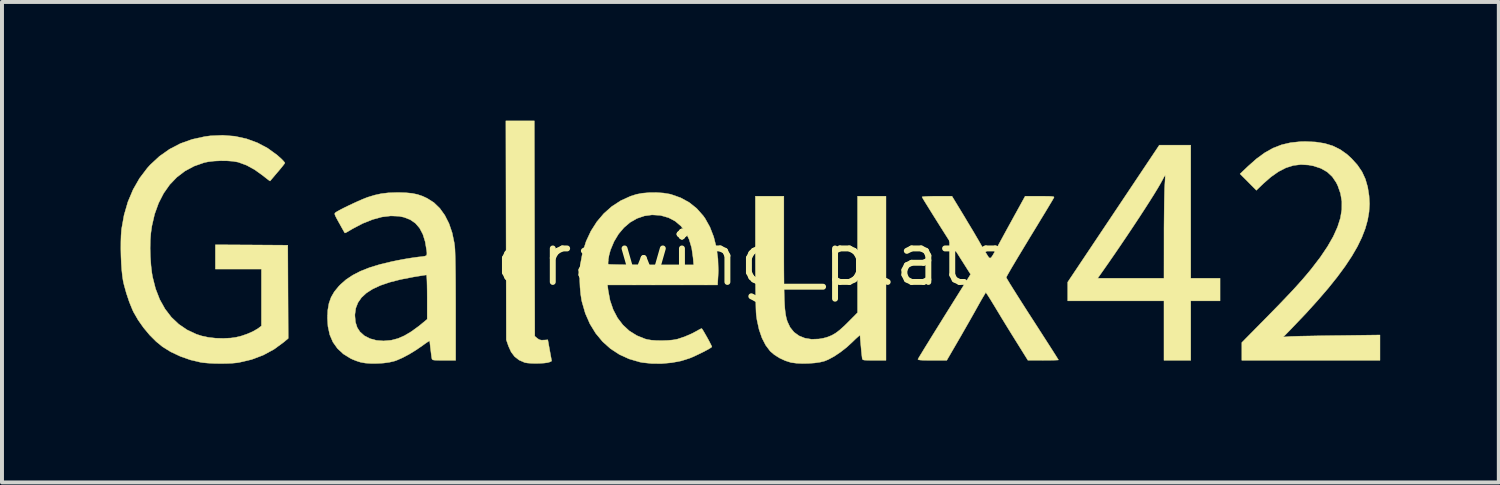
<source format=kicad_pcb>
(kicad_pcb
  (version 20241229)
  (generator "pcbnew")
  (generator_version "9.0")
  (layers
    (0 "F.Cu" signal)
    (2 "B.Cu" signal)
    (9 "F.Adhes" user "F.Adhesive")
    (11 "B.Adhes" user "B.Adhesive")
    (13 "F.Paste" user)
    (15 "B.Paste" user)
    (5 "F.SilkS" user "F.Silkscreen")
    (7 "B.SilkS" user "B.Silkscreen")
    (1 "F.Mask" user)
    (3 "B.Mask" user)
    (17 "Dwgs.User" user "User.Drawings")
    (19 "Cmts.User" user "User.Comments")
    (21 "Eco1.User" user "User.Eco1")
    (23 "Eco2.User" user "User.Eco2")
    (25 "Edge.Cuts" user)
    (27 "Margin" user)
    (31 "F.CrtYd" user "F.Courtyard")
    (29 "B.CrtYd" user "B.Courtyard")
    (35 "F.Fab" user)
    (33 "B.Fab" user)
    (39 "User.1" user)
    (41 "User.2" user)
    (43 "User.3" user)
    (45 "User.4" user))
  (footprint "drawing_plate"
    (layer "F.Cu")
    (at 16.005 3.498)
    (property "Reference" "drawing_plate" (at 0 0 0) (layer "F.SilkS") (effects (font (size 1.27 1.27) (thickness 0.15))))
    (attr through_hole)
    (fp_poly (pts (xy -5.541 -0.771) (xy -5.535 1.951) (xy -5.474 2.004) (xy -5.425 2.037) (xy -5.374 2.051) (xy -5.31 2.05) (xy -5.25 2.046) (xy -5.213 2.043) (xy -5.206 2.043) (xy -5.202 2.062) (xy -5.192 2.116) (xy -5.178 2.195) (xy -5.16 2.293) (xy -5.157 2.311) (xy -5.108 2.579) (xy -5.163 2.606) (xy -5.216 2.62) (xy -5.299 2.631) (xy -5.402 2.637) (xy -5.514 2.64) (xy -5.622 2.637) (xy -5.716 2.63) (xy -5.785 2.619) (xy -5.793 2.616) (xy -5.932 2.555) (xy -6.044 2.468) (xy -6.132 2.352) (xy -6.201 2.201) (xy -6.207 2.182) (xy -6.255 2.043) (xy -6.261 -0.725) (xy -6.266 -3.493) (xy -5.546 -3.493) (xy -5.541 -0.771)) (stroke (width 0.01) (type solid)) (fill yes) (layer "F.SilkS"))
    (fp_poly (pts (xy 11.049 0.487) (xy 11.79 0.487) (xy 11.79 1.058) (xy 11.049 1.058) (xy 11.049 2.561) (xy 10.372 2.561) (xy 10.372 1.058) (xy 7.938 1.058) (xy 7.938 0.585) (xy 8.003 0.487) (xy 8.696 0.487) (xy 10.372 0.487) (xy 10.373 -0.566) (xy 10.373 -0.783) (xy 10.375 -0.995) (xy 10.377 -1.197) (xy 10.379 -1.383) (xy 10.382 -1.548) (xy 10.385 -1.687) (xy 10.388 -1.794) (xy 10.392 -1.863) (xy 10.398 -1.959) (xy 10.402 -2.039) (xy 10.404 -2.093) (xy 10.403 -2.113) (xy 10.39 -2.1) (xy 10.365 -2.059) (xy 10.339 -2.009) (xy 10.287 -1.914) (xy 10.214 -1.789) (xy 10.121 -1.636) (xy 10.01 -1.46) (xy 9.885 -1.265) (xy 9.747 -1.053) (xy 9.599 -0.829) (xy 9.444 -0.597) (xy 9.283 -0.359) (xy 9.12 -0.12) (xy 8.956 0.117) (xy 8.795 0.347) (xy 8.789 0.355) (xy 8.696 0.487) (xy 8.003 0.487) (xy 9.096 -1.147) (xy 10.254 -2.879) (xy 11.049 -2.879) (xy 11.049 0.487)) (stroke (width 0.01) (type solid)) (fill yes) (layer "F.SilkS"))
    (fp_poly (pts (xy 14.208 -2.958) (xy 14.436 -2.922) (xy 14.64 -2.86) (xy 14.825 -2.769) (xy 14.997 -2.648) (xy 15.115 -2.54) (xy 15.264 -2.375) (xy 15.379 -2.205) (xy 15.463 -2.023) (xy 15.522 -1.819) (xy 15.557 -1.597) (xy 15.568 -1.395) (xy 15.556 -1.191) (xy 15.52 -0.982) (xy 15.46 -0.768) (xy 15.374 -0.546) (xy 15.262 -0.315) (xy 15.121 -0.072) (xy 14.952 0.183) (xy 14.753 0.453) (xy 14.523 0.74) (xy 14.261 1.044) (xy 13.967 1.369) (xy 13.638 1.714) (xy 13.57 1.785) (xy 13.388 1.972) (xy 13.536 1.96) (xy 13.586 1.957) (xy 13.674 1.955) (xy 13.795 1.951) (xy 13.944 1.948) (xy 14.116 1.945) (xy 14.307 1.941) (xy 14.512 1.938) (xy 14.726 1.935) (xy 14.758 1.935) (xy 15.833 1.921) (xy 15.833 2.561) (xy 12.34 2.561) (xy 12.34 2.111) (xy 12.906 1.537) (xy 13.124 1.315) (xy 13.315 1.119) (xy 13.482 0.944) (xy 13.629 0.789) (xy 13.758 0.647) (xy 13.874 0.517) (xy 13.979 0.394) (xy 14.078 0.275) (xy 14.107 0.239) (xy 14.326 -0.047) (xy 14.507 -0.316) (xy 14.652 -0.569) (xy 14.76 -0.809) (xy 14.832 -1.035) (xy 14.868 -1.251) (xy 14.869 -1.457) (xy 14.835 -1.656) (xy 14.768 -1.848) (xy 14.727 -1.933) (xy 14.626 -2.082) (xy 14.498 -2.201) (xy 14.341 -2.291) (xy 14.154 -2.353) (xy 14.03 -2.376) (xy 13.834 -2.388) (xy 13.644 -2.365) (xy 13.456 -2.306) (xy 13.267 -2.209) (xy 13.075 -2.074) (xy 12.879 -1.902) (xy 12.708 -1.737) (xy 12.502 -1.945) (xy 12.295 -2.152) (xy 12.496 -2.343) (xy 12.711 -2.534) (xy 12.921 -2.687) (xy 13.13 -2.804) (xy 13.346 -2.888) (xy 13.573 -2.941) (xy 13.818 -2.967) (xy 13.949 -2.97) (xy 14.208 -2.958)) (stroke (width 0.01) (type solid)) (fill yes) (layer "F.SilkS"))
    (fp_poly (pts (xy 0.762 -0.259) (xy 0.762 0.043) (xy 0.763 0.307) (xy 0.765 0.535) (xy 0.767 0.73) (xy 0.771 0.897) (xy 0.775 1.038) (xy 0.781 1.157) (xy 0.788 1.257) (xy 0.798 1.341) (xy 0.808 1.413) (xy 0.821 1.476) (xy 0.836 1.534) (xy 0.85 1.579) (xy 0.92 1.728) (xy 1.019 1.85) (xy 1.144 1.941) (xy 1.293 2.001) (xy 1.462 2.029) (xy 1.648 2.022) (xy 1.759 2.003) (xy 1.87 1.972) (xy 1.971 1.931) (xy 2.069 1.875) (xy 2.171 1.798) (xy 2.286 1.695) (xy 2.387 1.596) (xy 2.625 1.356) (xy 2.625 -1.587) (xy 3.344 -1.587) (xy 3.344 2.561) (xy 3.048 2.561) (xy 2.931 2.561) (xy 2.85 2.559) (xy 2.797 2.556) (xy 2.766 2.549) (xy 2.751 2.537) (xy 2.744 2.521) (xy 2.743 2.514) (xy 2.738 2.478) (xy 2.73 2.41) (xy 2.721 2.322) (xy 2.712 2.222) (xy 2.703 2.123) (xy 2.695 2.033) (xy 2.69 1.965) (xy 2.688 1.929) (xy 2.674 1.934) (xy 2.637 1.965) (xy 2.58 2.016) (xy 2.511 2.083) (xy 2.503 2.091) (xy 2.354 2.229) (xy 2.195 2.353) (xy 2.036 2.46) (xy 1.886 2.541) (xy 1.789 2.581) (xy 1.679 2.608) (xy 1.541 2.628) (xy 1.387 2.639) (xy 1.23 2.642) (xy 1.083 2.635) (xy 0.958 2.619) (xy 0.937 2.615) (xy 0.796 2.57) (xy 0.652 2.503) (xy 0.521 2.42) (xy 0.417 2.331) (xy 0.415 2.329) (xy 0.303 2.18) (xy 0.209 1.997) (xy 0.135 1.782) (xy 0.082 1.539) (xy 0.064 1.408) (xy 0.06 1.351) (xy 0.056 1.255) (xy 0.053 1.124) (xy 0.05 0.962) (xy 0.047 0.773) (xy 0.045 0.56) (xy 0.044 0.326) (xy 0.043 0.076) (xy 0.043 -0.185) (xy 0.042 -1.587) (xy 0.762 -1.587) (xy 0.762 -0.259)) (stroke (width 0.01) (type solid)) (fill yes) (layer "F.SilkS"))
    (fp_poly (pts (xy -2.284 -1.668) (xy -2.125 -1.642) (xy -2.086 -1.632) (xy -1.845 -1.547) (xy -1.63 -1.429) (xy -1.441 -1.278) (xy -1.278 -1.094) (xy -1.23 -1.027) (xy -1.108 -0.809) (xy -1.012 -0.562) (xy -0.944 -0.293) (xy -0.905 -0.005) (xy -0.895 0.294) (xy -0.9 0.418) (xy -0.914 0.656) (xy -3.697 0.656) (xy -3.68 0.792) (xy -3.632 1.049) (xy -3.552 1.282) (xy -3.443 1.49) (xy -3.306 1.669) (xy -3.143 1.819) (xy -2.955 1.936) (xy -2.745 2.02) (xy -2.688 2.035) (xy -2.587 2.052) (xy -2.458 2.061) (xy -2.314 2.063) (xy -2.17 2.058) (xy -2.039 2.046) (xy -1.934 2.027) (xy -1.928 2.025) (xy -1.75 1.966) (xy -1.565 1.886) (xy -1.433 1.816) (xy -1.375 1.783) (xy -1.331 1.762) (xy -1.316 1.757) (xy -1.301 1.774) (xy -1.272 1.82) (xy -1.233 1.887) (xy -1.189 1.964) (xy -1.144 2.045) (xy -1.105 2.119) (xy -1.075 2.179) (xy -1.059 2.215) (xy -1.058 2.22) (xy -1.076 2.237) (xy -1.125 2.268) (xy -1.197 2.308) (xy -1.285 2.354) (xy -1.381 2.401) (xy -1.478 2.447) (xy -1.567 2.487) (xy -1.619 2.508) (xy -1.833 2.576) (xy -2.072 2.621) (xy -2.323 2.644) (xy -2.573 2.643) (xy -2.81 2.618) (xy -2.879 2.605) (xy -3.148 2.527) (xy -3.396 2.414) (xy -3.621 2.267) (xy -3.821 2.088) (xy -3.995 1.878) (xy -4.141 1.64) (xy -4.257 1.376) (xy -4.341 1.086) (xy -4.35 1.048) (xy -4.374 0.894) (xy -4.391 0.714) (xy -4.399 0.522) (xy -4.397 0.335) (xy -4.386 0.166) (xy -4.382 0.135) (xy -4.381 0.128) (xy -3.704 0.128) (xy -3.683 0.133) (xy -3.622 0.137) (xy -3.523 0.14) (xy -3.387 0.143) (xy -3.218 0.145) (xy -3.016 0.147) (xy -2.785 0.148) (xy -2.611 0.148) (xy -1.518 0.148) (xy -1.533 -0.031) (xy -1.568 -0.277) (xy -1.632 -0.493) (xy -1.722 -0.678) (xy -1.84 -0.833) (xy -1.983 -0.955) (xy -2.151 -1.044) (xy -2.343 -1.099) (xy -2.368 -1.104) (xy -2.571 -1.116) (xy -2.767 -1.089) (xy -2.953 -1.025) (xy -3.125 -0.926) (xy -3.28 -0.794) (xy -3.417 -0.632) (xy -3.532 -0.441) (xy -3.622 -0.226) (xy -3.681 -0.004) (xy -3.694 0.062) (xy -3.702 0.112) (xy -3.704 0.128) (xy -4.381 0.128) (xy -4.326 -0.166) (xy -4.237 -0.447) (xy -4.116 -0.706) (xy -3.966 -0.941) (xy -3.79 -1.149) (xy -3.588 -1.328) (xy -3.362 -1.475) (xy -3.116 -1.587) (xy -2.966 -1.635) (xy -2.818 -1.663) (xy -2.646 -1.678) (xy -2.462 -1.68) (xy -2.284 -1.668)) (stroke (width 0.01) (type solid)) (fill yes) (layer "F.SilkS"))
    (fp_poly (pts (xy -13.118 -3.104) (xy -12.825 -3.04) (xy -12.548 -2.939) (xy -12.288 -2.801) (xy -12.048 -2.627) (xy -11.943 -2.533) (xy -11.895 -2.484) (xy -11.862 -2.445) (xy -11.853 -2.428) (xy -11.866 -2.406) (xy -11.902 -2.359) (xy -11.955 -2.293) (xy -12.021 -2.214) (xy -12.038 -2.195) (xy -12.106 -2.115) (xy -12.163 -2.047) (xy -12.205 -1.998) (xy -12.225 -1.974) (xy -12.227 -1.972) (xy -12.244 -1.981) (xy -12.287 -2.013) (xy -12.349 -2.061) (xy -12.413 -2.112) (xy -12.618 -2.259) (xy -12.823 -2.371) (xy -13.025 -2.445) (xy -13.039 -2.449) (xy -13.163 -2.471) (xy -13.314 -2.482) (xy -13.478 -2.484) (xy -13.643 -2.476) (xy -13.794 -2.458) (xy -13.893 -2.437) (xy -14.147 -2.348) (xy -14.377 -2.225) (xy -14.583 -2.068) (xy -14.764 -1.88) (xy -14.919 -1.66) (xy -15.046 -1.412) (xy -15.146 -1.135) (xy -15.216 -0.832) (xy -15.241 -0.655) (xy -15.255 -0.475) (xy -15.259 -0.269) (xy -15.253 -0.053) (xy -15.238 0.16) (xy -15.215 0.354) (xy -15.198 0.453) (xy -15.122 0.752) (xy -15.017 1.022) (xy -14.884 1.261) (xy -14.724 1.47) (xy -14.537 1.647) (xy -14.326 1.791) (xy -14.089 1.902) (xy -13.949 1.947) (xy -13.787 1.981) (xy -13.602 2.002) (xy -13.408 2.007) (xy -13.221 1.998) (xy -13.092 1.98) (xy -12.95 1.945) (xy -12.803 1.894) (xy -12.665 1.834) (xy -12.551 1.769) (xy -12.516 1.745) (xy -12.446 1.691) (xy -12.446 0.254) (xy -13.61 0.254) (xy -13.61 -0.36) (xy -12.695 -0.355) (xy -11.779 -0.349) (xy -11.774 0.829) (xy -11.768 2.007) (xy -11.88 2.101) (xy -12.13 2.284) (xy -12.402 2.431) (xy -12.694 2.541) (xy -13.005 2.614) (xy -13.07 2.624) (xy -13.185 2.635) (xy -13.328 2.641) (xy -13.486 2.643) (xy -13.647 2.64) (xy -13.797 2.632) (xy -13.925 2.62) (xy -13.981 2.612) (xy -14.24 2.551) (xy -14.496 2.461) (xy -14.737 2.348) (xy -14.944 2.22) (xy -15.107 2.087) (xy -15.271 1.923) (xy -15.426 1.737) (xy -15.564 1.541) (xy -15.677 1.345) (xy -15.706 1.283) (xy -15.787 1.084) (xy -15.861 0.863) (xy -15.922 0.642) (xy -15.942 0.553) (xy -15.96 0.436) (xy -15.976 0.286) (xy -15.988 0.115) (xy -15.996 -0.07) (xy -16 -0.256) (xy -15.999 -0.436) (xy -15.994 -0.598) (xy -15.984 -0.732) (xy -15.982 -0.755) (xy -15.918 -1.112) (xy -15.821 -1.446) (xy -15.69 -1.756) (xy -15.527 -2.041) (xy -15.331 -2.299) (xy -15.256 -2.382) (xy -15.024 -2.597) (xy -14.77 -2.776) (xy -14.495 -2.919) (xy -14.198 -3.025) (xy -13.879 -3.095) (xy -13.738 -3.114) (xy -13.423 -3.128) (xy -13.118 -3.104)) (stroke (width 0.01) (type solid)) (fill yes) (layer "F.SilkS"))
    (fp_poly (pts (xy 7.367 -1.587) (xy 7.464 -1.586) (xy 7.53 -1.582) (xy 7.57 -1.577) (xy 7.589 -1.57) (xy 7.592 -1.559) (xy 7.591 -1.555) (xy 7.578 -1.532) (xy 7.545 -1.475) (xy 7.494 -1.39) (xy 7.427 -1.278) (xy 7.346 -1.144) (xy 7.253 -0.992) (xy 7.151 -0.823) (xy 7.041 -0.643) (xy 6.981 -0.545) (xy 6.869 -0.359) (xy 6.763 -0.184) (xy 6.666 -0.023) (xy 6.58 0.121) (xy 6.507 0.244) (xy 6.45 0.344) (xy 6.409 0.416) (xy 6.388 0.457) (xy 6.385 0.466) (xy 6.396 0.489) (xy 6.428 0.544) (xy 6.479 0.629) (xy 6.548 0.739) (xy 6.631 0.871) (xy 6.727 1.023) (xy 6.834 1.191) (xy 6.949 1.371) (xy 7.045 1.519) (xy 7.166 1.707) (xy 7.279 1.883) (xy 7.384 2.046) (xy 7.477 2.191) (xy 7.557 2.316) (xy 7.622 2.418) (xy 7.669 2.493) (xy 7.697 2.539) (xy 7.705 2.551) (xy 7.685 2.554) (xy 7.629 2.557) (xy 7.544 2.559) (xy 7.437 2.56) (xy 7.318 2.561) (xy 6.932 2.56) (xy 6.628 2.073) (xy 6.536 1.925) (xy 6.44 1.77) (xy 6.346 1.617) (xy 6.26 1.477) (xy 6.188 1.357) (xy 6.151 1.296) (xy 6.087 1.19) (xy 6.026 1.09) (xy 5.974 1.005) (xy 5.935 0.944) (xy 5.923 0.925) (xy 5.868 0.844) (xy 5.794 0.967) (xy 5.753 1.037) (xy 5.7 1.131) (xy 5.642 1.235) (xy 5.599 1.312) (xy 5.554 1.392) (xy 5.493 1.5) (xy 5.419 1.63) (xy 5.337 1.773) (xy 5.252 1.922) (xy 5.179 2.048) (xy 4.881 2.561) (xy 4.513 2.561) (xy 4.376 2.561) (xy 4.277 2.559) (xy 4.21 2.555) (xy 4.171 2.549) (xy 4.154 2.54) (xy 4.152 2.533) (xy 4.165 2.51) (xy 4.197 2.455) (xy 4.249 2.371) (xy 4.316 2.26) (xy 4.399 2.126) (xy 4.493 1.973) (xy 4.599 1.803) (xy 4.713 1.62) (xy 4.821 1.446) (xy 5.483 0.387) (xy 4.869 -0.582) (xy 4.753 -0.765) (xy 4.644 -0.938) (xy 4.545 -1.096) (xy 4.457 -1.237) (xy 4.382 -1.358) (xy 4.322 -1.454) (xy 4.28 -1.524) (xy 4.258 -1.563) (xy 4.255 -1.57) (xy 4.275 -1.575) (xy 4.33 -1.58) (xy 4.415 -1.584) (xy 4.522 -1.587) (xy 4.634 -1.587) (xy 5.013 -1.587) (xy 5.318 -1.085) (xy 5.402 -0.944) (xy 5.484 -0.808) (xy 5.56 -0.682) (xy 5.624 -0.572) (xy 5.674 -0.487) (xy 5.704 -0.434) (xy 5.759 -0.338) (xy 5.823 -0.23) (xy 5.88 -0.139) (xy 5.913 -0.085) (xy 5.939 -0.047) (xy 5.962 -0.025) (xy 5.984 -0.024) (xy 6.01 -0.046) (xy 6.043 -0.095) (xy 6.087 -0.171) (xy 6.146 -0.28) (xy 6.206 -0.392) (xy 6.27 -0.509) (xy 6.348 -0.653) (xy 6.434 -0.81) (xy 6.522 -0.97) (xy 6.605 -1.122) (xy 6.62 -1.148) (xy 6.862 -1.588) (xy 7.233 -1.588) (xy 7.367 -1.587)) (stroke (width 0.01) (type solid)) (fill yes) (layer "F.SilkS"))
    (fp_poly (pts (xy -8.79 -1.675) (xy -8.636 -1.66) (xy -8.501 -1.632) (xy -8.373 -1.589) (xy -8.255 -1.534) (xy -8.085 -1.426) (xy -7.936 -1.282) (xy -7.809 -1.105) (xy -7.704 -0.898) (xy -7.624 -0.663) (xy -7.57 -0.404) (xy -7.558 -0.31) (xy -7.553 -0.245) (xy -7.549 -0.141) (xy -7.545 -0.001) (xy -7.542 0.173) (xy -7.539 0.377) (xy -7.537 0.609) (xy -7.536 0.864) (xy -7.535 1.141) (xy -7.535 1.227) (xy -7.535 2.561) (xy -7.831 2.561) (xy -7.948 2.561) (xy -8.03 2.559) (xy -8.083 2.556) (xy -8.113 2.549) (xy -8.129 2.537) (xy -8.136 2.521) (xy -8.137 2.514) (xy -8.144 2.476) (xy -8.153 2.409) (xy -8.163 2.326) (xy -8.174 2.238) (xy -8.183 2.158) (xy -8.189 2.097) (xy -8.191 2.069) (xy -8.207 2.075) (xy -8.25 2.101) (xy -8.313 2.144) (xy -8.377 2.191) (xy -8.542 2.304) (xy -8.712 2.408) (xy -8.878 2.496) (xy -9.029 2.562) (xy -9.091 2.583) (xy -9.212 2.611) (xy -9.358 2.631) (xy -9.516 2.64) (xy -9.674 2.641) (xy -9.819 2.631) (xy -9.937 2.61) (xy -9.948 2.607) (xy -10.041 2.577) (xy -10.136 2.54) (xy -10.193 2.513) (xy -10.376 2.4) (xy -10.524 2.262) (xy -10.638 2.101) (xy -10.718 1.915) (xy -10.764 1.703) (xy -10.777 1.492) (xy -10.774 1.43) (xy -10.083 1.43) (xy -10.068 1.597) (xy -10.023 1.736) (xy -9.954 1.841) (xy -9.842 1.941) (xy -9.701 2.013) (xy -9.538 2.057) (xy -9.358 2.071) (xy -9.166 2.054) (xy -9.153 2.051) (xy -8.993 2.009) (xy -8.83 1.938) (xy -8.658 1.836) (xy -8.472 1.701) (xy -8.398 1.641) (xy -8.255 1.523) (xy -8.255 0.963) (xy -8.256 0.806) (xy -8.258 0.669) (xy -8.261 0.554) (xy -8.265 0.469) (xy -8.27 0.417) (xy -8.274 0.402) (xy -8.301 0.406) (xy -8.361 0.415) (xy -8.448 0.429) (xy -8.554 0.446) (xy -8.613 0.456) (xy -8.927 0.517) (xy -9.201 0.587) (xy -9.436 0.667) (xy -9.633 0.758) (xy -9.792 0.86) (xy -9.916 0.974) (xy -10.005 1.102) (xy -10.06 1.242) (xy -10.082 1.397) (xy -10.083 1.43) (xy -10.774 1.43) (xy -10.768 1.291) (xy -10.738 1.119) (xy -10.684 0.967) (xy -10.603 0.827) (xy -10.49 0.689) (xy -10.446 0.644) (xy -10.304 0.519) (xy -10.136 0.408) (xy -9.94 0.307) (xy -9.712 0.217) (xy -9.45 0.137) (xy -9.15 0.065) (xy -8.89 0.013) (xy -8.77 -0.008) (xy -8.652 -0.027) (xy -8.547 -0.042) (xy -8.471 -0.052) (xy -8.467 -0.052) (xy -8.37 -0.063) (xy -8.309 -0.073) (xy -8.275 -0.09) (xy -8.263 -0.118) (xy -8.263 -0.163) (xy -8.268 -0.208) (xy -8.305 -0.434) (xy -8.364 -0.624) (xy -8.446 -0.78) (xy -8.553 -0.904) (xy -8.685 -0.995) (xy -8.843 -1.056) (xy -8.964 -1.081) (xy -9.174 -1.09) (xy -9.399 -1.063) (xy -9.638 -0.998) (xy -9.888 -0.898) (xy -10.146 -0.762) (xy -10.208 -0.725) (xy -10.27 -0.688) (xy -10.316 -0.664) (xy -10.337 -0.658) (xy -10.337 -0.658) (xy -10.35 -0.679) (xy -10.379 -0.729) (xy -10.42 -0.802) (xy -10.469 -0.891) (xy -10.478 -0.906) (xy -10.532 -1.004) (xy -10.567 -1.071) (xy -10.587 -1.116) (xy -10.592 -1.144) (xy -10.586 -1.162) (xy -10.571 -1.176) (xy -10.527 -1.204) (xy -10.452 -1.245) (xy -10.355 -1.295) (xy -10.242 -1.35) (xy -10.123 -1.406) (xy -10.005 -1.46) (xy -9.895 -1.508) (xy -9.803 -1.545) (xy -9.758 -1.562) (xy -9.584 -1.615) (xy -9.416 -1.652) (xy -9.238 -1.673) (xy -9.038 -1.68) (xy -8.975 -1.681) (xy -8.79 -1.675)) (stroke (width 0.01) (type solid)) (fill yes) (layer "F.SilkS")))
  (gr_rect
    (start -3 -3)
    (end 34.842 9.147)
    (stroke (width 0.1) (type default))
    (fill no)
    (layer "Edge.Cuts")))
</source>
